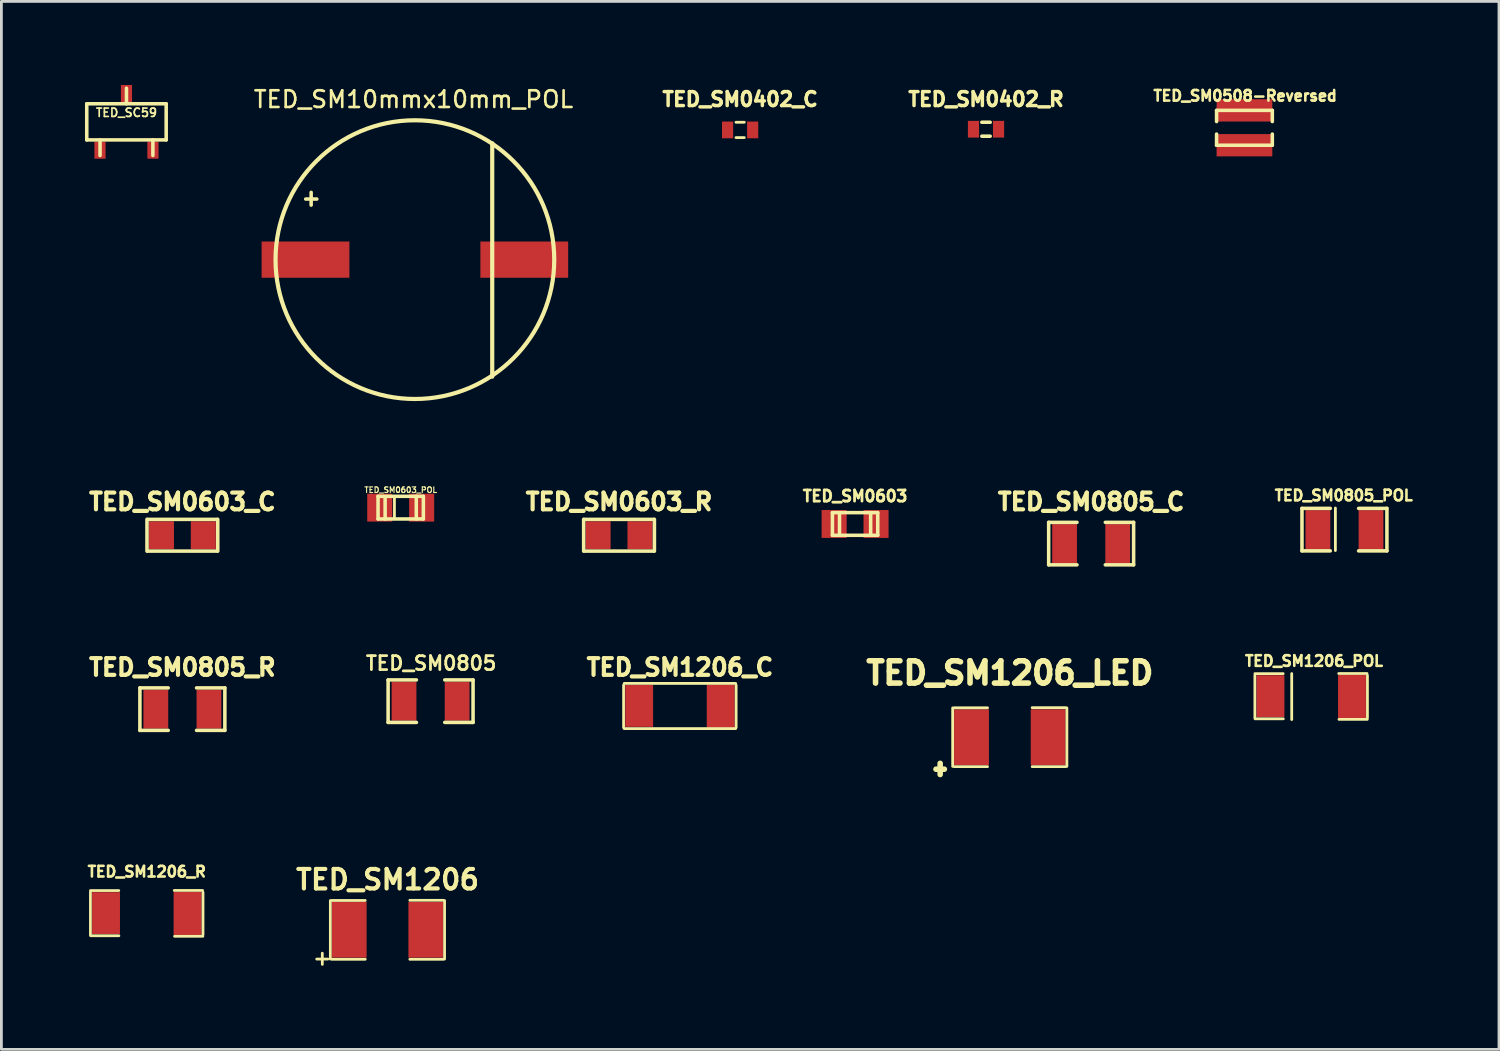
<source format=kicad_pcb>
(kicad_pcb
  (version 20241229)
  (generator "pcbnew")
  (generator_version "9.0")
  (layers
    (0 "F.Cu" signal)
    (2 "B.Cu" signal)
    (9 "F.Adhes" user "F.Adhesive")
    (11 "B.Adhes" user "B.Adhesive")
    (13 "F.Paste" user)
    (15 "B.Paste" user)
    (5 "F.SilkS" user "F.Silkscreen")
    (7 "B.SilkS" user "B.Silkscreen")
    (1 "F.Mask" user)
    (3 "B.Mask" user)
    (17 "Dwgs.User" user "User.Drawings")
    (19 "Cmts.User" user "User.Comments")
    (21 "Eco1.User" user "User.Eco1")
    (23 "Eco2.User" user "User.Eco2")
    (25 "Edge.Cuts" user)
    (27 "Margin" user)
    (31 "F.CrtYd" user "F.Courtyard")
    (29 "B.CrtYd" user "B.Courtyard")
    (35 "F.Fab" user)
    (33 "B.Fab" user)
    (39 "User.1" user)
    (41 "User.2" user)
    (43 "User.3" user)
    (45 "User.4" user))
  (footprint "TED_SM10mmx10mm_POL"
    (layer "F.Cu")
    (at 11.837 6.266)
    (property "Reference" "TED_SM10mmx10mm_POL" (at -0.05 -5.75 0) (layer "F.SilkS") (effects (font (size 0.6 0.6) (thickness 0.094))))
    (attr through_hole)
    (fp_line (start -3.918 -2.174) (end -3.519 -2.174) (stroke (width 0.127) (type solid)) (layer "F.SilkS"))
    (fp_line (start -3.722 -1.956) (end -3.722 -2.413) (stroke (width 0.127) (type solid)) (layer "F.SilkS"))
    (fp_line (start 2.775 -4.175) (end 2.775 4.2) (stroke (width 0.15) (type solid)) (layer "F.SilkS"))
    (fp_circle (center 0 0) (end 0.05 -5) (stroke (width 0.15) (type solid)) (fill no) (layer "F.SilkS"))
    (pad "1" smd rect (at -3.925 0) (size 3.15 1.3) (layers "F.Cu" "F.Mask" "F.Paste"))
    (pad "2" smd rect (at 3.925 0) (size 3.15 1.3) (layers "F.Cu" "F.Mask" "F.Paste")))
  (footprint "TED_SM0603"
    (layer "F.Cu")
    (at 27.632 15.751)
    (property "Reference" "TED_SM0603" (at 0 -1 0) (layer "F.SilkS") (effects (font (size 0.4 0.4) (thickness 0.1))))
    (attr through_hole)
    (fp_line (start -0.813 -0.406) (end 0.813 -0.406) (stroke (width 0.127) (type solid)) (layer "F.SilkS"))
    (fp_line (start -0.813 0.406) (end -0.813 -0.406) (stroke (width 0.127) (type solid)) (layer "F.SilkS"))
    (fp_line (start -0.559 -0.381) (end -0.559 0.406) (stroke (width 0.127) (type solid)) (layer "F.SilkS"))
    (fp_line (start 0.559 0.406) (end 0.559 -0.406) (stroke (width 0.127) (type solid)) (layer "F.SilkS"))
    (fp_line (start 0.813 -0.406) (end 0.813 0.406) (stroke (width 0.127) (type solid)) (layer "F.SilkS"))
    (fp_line (start 0.813 0.406) (end -0.813 0.406) (stroke (width 0.127) (type solid)) (layer "F.SilkS"))
    (pad "1" smd rect (at -0.752 0) (size 0.899 1.001) (layers "F.Cu" "F.Mask" "F.Paste"))
    (pad "2" smd rect (at 0.752 0) (size 0.899 1.001) (layers "F.Cu" "F.Mask" "F.Paste")))
  (footprint "TED_SM0402_R"
    (layer "F.Cu")
    (at 32.33 1.587)
    (property "Reference" "TED_SM0402_R" (at 0 -1.075 0) (layer "F.SilkS") (effects (font (size 0.5 0.5) (thickness 0.125))))
    (attr smd)
    (fp_line (start -0.15 0.25) (end 0.15 0.25) (stroke (width 0.127) (type solid)) (layer "F.SilkS"))
    (fp_line (start 0.15 -0.25) (end -0.15 -0.25) (stroke (width 0.127) (type solid)) (layer "F.SilkS"))
    (pad "1" smd rect (at -0.45 0) (size 0.4 0.6) (layers "F.Cu" "F.Mask" "F.Paste"))
    (pad "2" smd rect (at 0.45 0) (size 0.4 0.6) (layers "F.Cu" "F.Mask" "F.Paste")))
  (footprint "TED_SM1206_R"
    (layer "F.Cu")
    (at 2.217 29.728)
    (property "Reference" "TED_SM1206_R" (at 0 -1.5 0) (layer "F.SilkS") (effects (font (size 0.381 0.381) (thickness 0.094))))
    (attr smd)
    (fp_line (start -2.022 -0.823) (end -1.006 -0.823) (stroke (width 0.099) (type solid)) (layer "F.SilkS"))
    (fp_line (start -2.022 0.762) (end -2.022 -0.762) (stroke (width 0.099) (type solid)) (layer "F.SilkS"))
    (fp_line (start -1.001 0.798) (end -2.017 0.798) (stroke (width 0.099) (type solid)) (layer "F.SilkS"))
    (fp_line (start 0.986 -0.828) (end 2.002 -0.828) (stroke (width 0.099) (type solid)) (layer "F.SilkS"))
    (fp_line (start 2.012 0.818) (end 0.996 0.818) (stroke (width 0.099) (type solid)) (layer "F.SilkS"))
    (fp_line (start 2.017 -0.762) (end 2.017 0.762) (stroke (width 0.099) (type solid)) (layer "F.SilkS"))
    (pad "1" smd rect (at -1.463 -0.015) (size 1.001 1.501) (layers "F.Cu" "F.Mask" "F.Paste"))
    (pad "2" smd rect (at 1.463 -0.005) (size 1.001 1.549) (layers "F.Cu" "F.Mask" "F.Paste")))
  (footprint "TED_SM1206_POL"
    (layer "F.Cu")
    (at 43.999 21.944)
    (property "Reference" "TED_SM1206_POL" (at 0.1 -1.275 0) (layer "F.SilkS") (effects (font (size 0.381 0.381) (thickness 0.094))))
    (attr smd)
    (fp_line (start -2.022 -0.823) (end -1.006 -0.823) (stroke (width 0.099) (type solid)) (layer "F.SilkS"))
    (fp_line (start -2.022 0.762) (end -2.022 -0.762) (stroke (width 0.099) (type solid)) (layer "F.SilkS"))
    (fp_line (start -1.001 0.798) (end -2.017 0.798) (stroke (width 0.099) (type solid)) (layer "F.SilkS"))
    (fp_line (start -0.7 -0.825) (end -0.7 0.825) (stroke (width 0.1) (type solid)) (layer "F.SilkS"))
    (fp_line (start 0.986 -0.828) (end 2.002 -0.828) (stroke (width 0.099) (type solid)) (layer "F.SilkS"))
    (fp_line (start 2.012 0.818) (end 0.996 0.818) (stroke (width 0.099) (type solid)) (layer "F.SilkS"))
    (fp_line (start 2.017 -0.762) (end 2.017 0.762) (stroke (width 0.099) (type solid)) (layer "F.SilkS"))
    (pad "1" smd rect (at -1.463 -0.015) (size 1.001 1.501) (layers "F.Cu" "F.Mask" "F.Paste"))
    (pad "2" smd rect (at 1.463 -0.005) (size 1.001 1.549) (layers "F.Cu" "F.Mask" "F.Paste")))
  (footprint "TED_SM0603_C"
    (layer "F.Cu")
    (at 3.494 16.155)
    (property "Reference" "TED_SM0603_C" (at 0 -1.2 0) (layer "F.SilkS") (effects (font (size 0.6 0.6) (thickness 0.15))))
    (attr through_hole)
    (fp_line (start -1.27 0.57) (end -1.27 -0.57) (stroke (width 0.127) (type solid)) (layer "F.SilkS"))
    (fp_line (start -1.25 -0.57) (end 1.25 -0.57) (stroke (width 0.127) (type solid)) (layer "F.SilkS"))
    (fp_line (start 1.25 0.57) (end -1.25 0.57) (stroke (width 0.127) (type solid)) (layer "F.SilkS"))
    (fp_line (start 1.27 -0.57) (end 1.27 0.57) (stroke (width 0.127) (type solid)) (layer "F.SilkS"))
    (pad "1" smd rect (at -0.752 0) (size 0.9 1) (layers "F.Cu" "F.Mask" "F.Paste"))
    (pad "2" smd rect (at 0.752 0) (size 0.899 1.001) (layers "F.Cu" "F.Mask" "F.Paste")))
  (footprint "TED_SC59"
    (layer "F.Cu")
    (at 1.488 1.322)
    (property "Reference" "TED_SC59" (at 0 -0.33 0) (layer "F.SilkS") (effects (font (size 0.3 0.3) (thickness 0.061))))
    (attr smd)
    (fp_line (start -1.425 -0.648) (end 1.425 -0.648) (stroke (width 0.127) (type solid)) (layer "F.SilkS"))
    (fp_line (start -1.425 0.648) (end -1.425 -0.648) (stroke (width 0.127) (type solid)) (layer "F.SilkS"))
    (fp_line (start -0.948 0.648) (end -0.948 1.206) (stroke (width 0.127) (type solid)) (layer "F.SilkS"))
    (fp_line (start 0 -0.648) (end 0 -1.206) (stroke (width 0.127) (type solid)) (layer "F.SilkS"))
    (fp_line (start 0.948 0.648) (end 0.948 1.206) (stroke (width 0.127) (type solid)) (layer "F.SilkS"))
    (fp_line (start 1.425 -0.648) (end 1.425 0.648) (stroke (width 0.127) (type solid)) (layer "F.SilkS"))
    (fp_line (start 1.425 0.648) (end -1.425 0.648) (stroke (width 0.127) (type solid)) (layer "F.SilkS"))
    (pad "1" smd rect (at -0.95 1.016) (size 0.4 0.613) (layers "F.Cu" "F.Mask" "F.Paste"))
    (pad "2" smd rect (at 0.95 1.016) (size 0.4 0.613) (layers "F.Cu" "F.Mask" "F.Paste"))
    (pad "3" smd rect (at 0 -1.016) (size 0.4 0.613) (layers "F.Cu" "F.Mask" "F.Paste")))
  (footprint "TED_SM0805"
    (layer "F.Cu")
    (at 12.4 22.109)
    (property "Reference" "TED_SM0805" (at 0.02 -1.36 0) (layer "F.SilkS") (effects (font (size 0.5 0.5) (thickness 0.1))))
    (attr smd)
    (fp_line (start -1.524 -0.762) (end -0.508 -0.762) (stroke (width 0.127) (type solid)) (layer "F.SilkS"))
    (fp_line (start -1.524 0.762) (end -1.524 -0.762) (stroke (width 0.127) (type solid)) (layer "F.SilkS"))
    (fp_line (start -0.508 0.762) (end -1.524 0.762) (stroke (width 0.127) (type solid)) (layer "F.SilkS"))
    (fp_line (start 0.508 -0.762) (end 1.524 -0.762) (stroke (width 0.127) (type solid)) (layer "F.SilkS"))
    (fp_line (start 1.524 -0.762) (end 1.524 0.762) (stroke (width 0.127) (type solid)) (layer "F.SilkS"))
    (fp_line (start 1.524 0.762) (end 0.508 0.762) (stroke (width 0.127) (type solid)) (layer "F.SilkS"))
    (pad "1" smd rect (at -0.953 0) (size 0.889 1.397) (layers "F.Cu" "F.Mask" "F.Paste"))
    (pad "2" smd rect (at 0.953 0) (size 0.889 1.397) (layers "F.Cu" "F.Mask" "F.Paste")))
  (footprint "TED_SM0805_C"
    (layer "F.Cu")
    (at 36.102 16.455)
    (property "Reference" "TED_SM0805_C" (at 0 -1.5 0) (layer "F.SilkS") (effects (font (size 0.6 0.6) (thickness 0.15))))
    (attr smd)
    (fp_line (start -1.524 -0.762) (end -0.508 -0.762) (stroke (width 0.127) (type solid)) (layer "F.SilkS"))
    (fp_line (start -1.524 0.762) (end -1.524 -0.762) (stroke (width 0.127) (type solid)) (layer "F.SilkS"))
    (fp_line (start -0.508 0.762) (end -1.524 0.762) (stroke (width 0.127) (type solid)) (layer "F.SilkS"))
    (fp_line (start 0.508 -0.762) (end 1.524 -0.762) (stroke (width 0.127) (type solid)) (layer "F.SilkS"))
    (fp_line (start 1.524 -0.762) (end 1.524 0.762) (stroke (width 0.127) (type solid)) (layer "F.SilkS"))
    (fp_line (start 1.524 0.762) (end 0.508 0.762) (stroke (width 0.127) (type solid)) (layer "F.SilkS"))
    (pad "1" smd rect (at -0.953 0) (size 0.889 1.397) (layers "F.Cu" "F.Mask" "F.Paste"))
    (pad "2" smd rect (at 0.953 0) (size 0.889 1.397) (layers "F.Cu" "F.Mask" "F.Paste")))
  (footprint "TED_SM0603_POL"
    (layer "F.Cu")
    (at 11.328 15.165)
    (property "Reference" "TED_SM0603_POL" (at 0 -0.635 0) (layer "F.SilkS") (effects (font (size 0.201 0.201) (thickness 0.041))))
    (attr through_hole)
    (fp_line (start -0.813 -0.406) (end 0.813 -0.406) (stroke (width 0.127) (type solid)) (layer "F.SilkS"))
    (fp_line (start -0.813 0.406) (end -0.813 -0.406) (stroke (width 0.127) (type solid)) (layer "F.SilkS"))
    (fp_line (start -0.559 -0.381) (end -0.559 0.406) (stroke (width 0.127) (type solid)) (layer "F.SilkS"))
    (fp_line (start -0.225 -0.4) (end -0.225 0.4) (stroke (width 0.1) (type solid)) (layer "F.SilkS"))
    (fp_line (start 0.559 0.406) (end 0.559 -0.406) (stroke (width 0.127) (type solid)) (layer "F.SilkS"))
    (fp_line (start 0.813 -0.406) (end 0.813 0.406) (stroke (width 0.127) (type solid)) (layer "F.SilkS"))
    (fp_line (start 0.813 0.406) (end -0.813 0.406) (stroke (width 0.127) (type solid)) (layer "F.SilkS"))
    (pad "1" smd rect (at -0.752 0) (size 0.899 1.001) (layers "F.Cu" "F.Mask" "F.Paste"))
    (pad "2" smd rect (at 0.752 0) (size 0.899 1.001) (layers "F.Cu" "F.Mask" "F.Paste")))
  (footprint "TED_SM0508-Reversed"
    (layer "F.Cu")
    (at 41.603 1.536)
    (property "Reference" "TED_SM0508-Reversed" (at 0.025 -1.148 0) (layer "F.SilkS") (effects (font (size 0.381 0.381) (thickness 0.094))))
    (attr smd)
    (fp_line (start -1 -0.625) (end -1 -0.225) (stroke (width 0.127) (type solid)) (layer "F.SilkS"))
    (fp_line (start -1 -0.625) (end 1 -0.625) (stroke (width 0.127) (type solid)) (layer "F.SilkS"))
    (fp_line (start -1 0.625) (end -1 0.225) (stroke (width 0.127) (type solid)) (layer "F.SilkS"))
    (fp_line (start -1 0.625) (end 1 0.625) (stroke (width 0.127) (type solid)) (layer "F.SilkS"))
    (fp_line (start 1 -0.625) (end 1 -0.225) (stroke (width 0.127) (type solid)) (layer "F.SilkS"))
    (fp_line (start 1 0.625) (end 1 0.225) (stroke (width 0.127) (type solid)) (layer "F.SilkS"))
    (pad "1" smd rect (at 0 -0.625) (size 2 0.8) (layers "F.Cu" "F.Mask" "F.Paste"))
    (pad "2" smd rect (at 0 0.625) (size 2 0.8) (layers "F.Cu" "F.Mask" "F.Paste")))
  (footprint "TED_SM0402_C"
    (layer "F.Cu")
    (at 23.507 1.612)
    (property "Reference" "TED_SM0402_C" (at 0 -1.1 0) (layer "F.SilkS") (effects (font (size 0.5 0.5) (thickness 0.125))))
    (attr smd)
    (fp_line (start -0.15 0.275) (end 0.15 0.275) (stroke (width 0.1) (type solid)) (layer "F.SilkS"))
    (fp_line (start 0.15 -0.275) (end -0.15 -0.275) (stroke (width 0.1) (type solid)) (layer "F.SilkS"))
    (pad "1" smd rect (at -0.45 0) (size 0.4 0.6) (layers "F.Cu" "F.Mask" "F.Paste"))
    (pad "2" smd rect (at 0.45 0) (size 0.4 0.6) (layers "F.Cu" "F.Mask" "F.Paste")))
  (footprint "TED_SM0805_POL"
    (layer "F.Cu")
    (at 45.191 15.954)
    (property "Reference" "TED_SM0805_POL" (at -0.025 -1.225 0) (layer "F.SilkS") (effects (font (size 0.381 0.381) (thickness 0.094))))
    (attr smd)
    (fp_line (start -1.524 -0.762) (end -0.508 -0.762) (stroke (width 0.127) (type solid)) (layer "F.SilkS"))
    (fp_line (start -1.524 0.762) (end -1.524 -0.762) (stroke (width 0.127) (type solid)) (layer "F.SilkS"))
    (fp_line (start -0.508 0.762) (end -1.524 0.762) (stroke (width 0.127) (type solid)) (layer "F.SilkS"))
    (fp_line (start -0.325 -0.775) (end -0.325 0.75) (stroke (width 0.1) (type solid)) (layer "F.SilkS"))
    (fp_line (start 0.508 -0.762) (end 1.524 -0.762) (stroke (width 0.127) (type solid)) (layer "F.SilkS"))
    (fp_line (start 1.524 -0.762) (end 1.524 0.762) (stroke (width 0.127) (type solid)) (layer "F.SilkS"))
    (fp_line (start 1.524 0.762) (end 0.508 0.762) (stroke (width 0.127) (type solid)) (layer "F.SilkS"))
    (pad "1" smd rect (at -0.953 0) (size 0.889 1.397) (layers "F.Cu" "F.Mask" "F.Paste"))
    (pad "2" smd rect (at 0.953 0) (size 0.889 1.397) (layers "F.Cu" "F.Mask" "F.Paste")))
  (footprint "TED_SM1206_LED"
    (layer "F.Cu")
    (at 33.185 23.4)
    (property "Reference" "TED_SM1206_LED" (at 0 -2.3 0) (layer "F.SilkS") (effects (font (size 0.8 0.8) (thickness 0.2))))
    (attr smd)
    (fp_line (start -2.65 1.15) (end -2.35 1.15) (stroke (width 0.2) (type solid)) (layer "F.SilkS"))
    (fp_line (start -2.5 0.94) (end -2.5 1.34) (stroke (width 0.2) (type solid)) (layer "F.SilkS"))
    (fp_line (start -2.052 1.05) (end -2.052 -1.05) (stroke (width 0.099) (type solid)) (layer "F.SilkS"))
    (fp_line (start -2 -1.053) (end -0.8 -1.053) (stroke (width 0.099) (type solid)) (layer "F.SilkS"))
    (fp_line (start -0.8 1.058) (end -2 1.058) (stroke (width 0.099) (type solid)) (layer "F.SilkS"))
    (fp_line (start 0.8 -1.058) (end 2 -1.058) (stroke (width 0.099) (type solid)) (layer "F.SilkS"))
    (fp_line (start 2 1.058) (end 0.8 1.058) (stroke (width 0.099) (type solid)) (layer "F.SilkS"))
    (fp_line (start 2.047 -1.05) (end 2.047 1.05) (stroke (width 0.099) (type solid)) (layer "F.SilkS"))
    (pad "1" smd rect (at -1.375 0) (size 1.25 2) (layers "F.Cu" "F.Mask" "F.Paste"))
    (pad "2" smd rect (at 1.375 0) (size 1.25 2) (layers "F.Cu" "F.Mask" "F.Paste")))
  (footprint "TED_SM0805_R"
    (layer "F.Cu")
    (at 3.494 22.395)
    (property "Reference" "TED_SM0805_R" (at 0 -1.5 0) (layer "F.SilkS") (effects (font (size 0.6 0.6) (thickness 0.15))))
    (attr smd)
    (fp_line (start -1.524 -0.762) (end -0.508 -0.762) (stroke (width 0.127) (type solid)) (layer "F.SilkS"))
    (fp_line (start -1.524 0.762) (end -1.524 -0.762) (stroke (width 0.127) (type solid)) (layer "F.SilkS"))
    (fp_line (start -0.508 0.762) (end -1.524 0.762) (stroke (width 0.127) (type solid)) (layer "F.SilkS"))
    (fp_line (start 0.508 -0.762) (end 1.524 -0.762) (stroke (width 0.127) (type solid)) (layer "F.SilkS"))
    (fp_line (start 1.524 -0.762) (end 1.524 0.762) (stroke (width 0.127) (type solid)) (layer "F.SilkS"))
    (fp_line (start 1.524 0.762) (end 0.508 0.762) (stroke (width 0.127) (type solid)) (layer "F.SilkS"))
    (pad "1" smd rect (at -0.953 0) (size 0.889 1.397) (layers "F.Cu" "F.Mask" "F.Paste"))
    (pad "2" smd rect (at 0.953 0) (size 0.889 1.397) (layers "F.Cu" "F.Mask" "F.Paste")))
  (footprint "TED_SM1206_C"
    (layer "F.Cu")
    (at 21.347 22.295)
    (property "Reference" "TED_SM1206_C" (at 0 -1.4 0) (layer "F.SilkS") (effects (font (size 0.6 0.6) (thickness 0.15))))
    (attr smd)
    (fp_line (start -2.022 0.762) (end -2.022 -0.762) (stroke (width 0.099) (type solid)) (layer "F.SilkS"))
    (fp_line (start -2 -0.823) (end 2 -0.823) (stroke (width 0.099) (type solid)) (layer "F.SilkS"))
    (fp_line (start 2 0.798) (end -2 0.798) (stroke (width 0.099) (type solid)) (layer "F.SilkS"))
    (fp_line (start 2.017 -0.762) (end 2.017 0.762) (stroke (width 0.099) (type solid)) (layer "F.SilkS"))
    (pad "1" smd rect (at -1.463 -0.015) (size 1.001 1.501) (layers "F.Cu" "F.Mask" "F.Paste"))
    (pad "2" smd rect (at 1.463 -0.005) (size 1.001 1.549) (layers "F.Cu" "F.Mask" "F.Paste")))
  (footprint "TED_SM1206"
    (layer "F.Cu")
    (at 10.855 30.313)
    (property "Reference" "TED_SM1206" (at 0 -1.8 0) (layer "F.SilkS") (effects (font (size 0.7 0.7) (thickness 0.15))))
    (attr smd)
    (fp_line (start -2.54 1.05) (end -2.14 1.05) (stroke (width 0.1) (type solid)) (layer "F.SilkS"))
    (fp_line (start -2.34 0.84) (end -2.34 1.24) (stroke (width 0.1) (type solid)) (layer "F.SilkS"))
    (fp_line (start -2.052 1.05) (end -2.052 -1.05) (stroke (width 0.099) (type solid)) (layer "F.SilkS"))
    (fp_line (start -2 -1.053) (end -0.8 -1.053) (stroke (width 0.099) (type solid)) (layer "F.SilkS"))
    (fp_line (start -0.8 1.058) (end -2 1.058) (stroke (width 0.099) (type solid)) (layer "F.SilkS"))
    (fp_line (start 0.8 -1.058) (end 2 -1.058) (stroke (width 0.099) (type solid)) (layer "F.SilkS"))
    (fp_line (start 2 1.058) (end 0.8 1.058) (stroke (width 0.099) (type solid)) (layer "F.SilkS"))
    (fp_line (start 2.047 -1.05) (end 2.047 1.05) (stroke (width 0.099) (type solid)) (layer "F.SilkS"))
    (pad "1" smd rect (at -1.375 0) (size 1.25 2) (layers "F.Cu" "F.Mask" "F.Paste"))
    (pad "2" smd rect (at 1.375 0) (size 1.25 2) (layers "F.Cu" "F.Mask" "F.Paste")))
  (footprint "TED_SM0603_R"
    (layer "F.Cu")
    (at 19.162 16.155)
    (property "Reference" "TED_SM0603_R" (at 0 -1.2 0) (layer "F.SilkS") (effects (font (size 0.6 0.6) (thickness 0.15))))
    (attr through_hole)
    (fp_line (start -1.27 -0.57) (end -1.27 0.57) (stroke (width 0.127) (type solid)) (layer "F.SilkS"))
    (fp_line (start -1.25 -0.57) (end 1.25 -0.57) (stroke (width 0.127) (type solid)) (layer "F.SilkS"))
    (fp_line (start 1.25 0.57) (end -1.25 0.57) (stroke (width 0.127) (type solid)) (layer "F.SilkS"))
    (fp_line (start 1.27 -0.57) (end 1.27 0.57) (stroke (width 0.127) (type solid)) (layer "F.SilkS"))
    (pad "1" smd rect (at -0.752 0) (size 0.899 1.001) (layers "F.Cu" "F.Mask" "F.Paste"))
    (pad "2" smd rect (at 0.752 0) (size 0.899 1.001) (layers "F.Cu" "F.Mask" "F.Paste")))
  (gr_rect
    (start -3 -3)
    (end 50.736 34.603)
    (stroke (width 0.1) (type default))
    (fill no)
    (layer "Edge.Cuts")))
</source>
